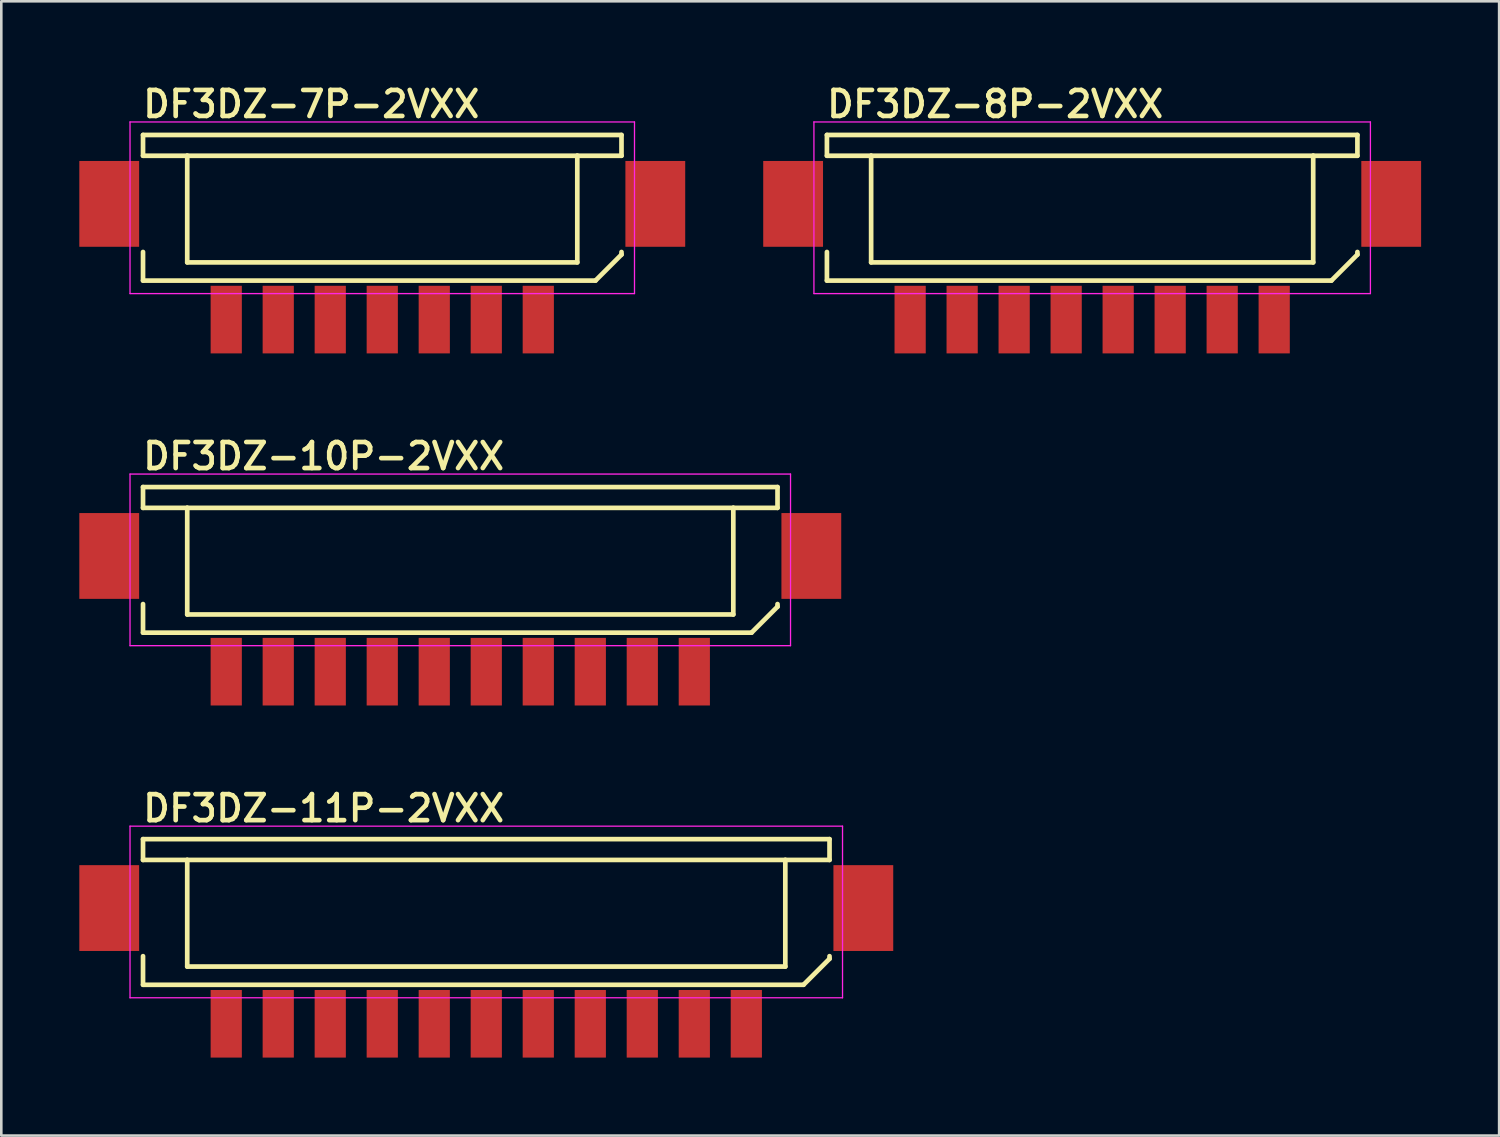
<source format=kicad_pcb>
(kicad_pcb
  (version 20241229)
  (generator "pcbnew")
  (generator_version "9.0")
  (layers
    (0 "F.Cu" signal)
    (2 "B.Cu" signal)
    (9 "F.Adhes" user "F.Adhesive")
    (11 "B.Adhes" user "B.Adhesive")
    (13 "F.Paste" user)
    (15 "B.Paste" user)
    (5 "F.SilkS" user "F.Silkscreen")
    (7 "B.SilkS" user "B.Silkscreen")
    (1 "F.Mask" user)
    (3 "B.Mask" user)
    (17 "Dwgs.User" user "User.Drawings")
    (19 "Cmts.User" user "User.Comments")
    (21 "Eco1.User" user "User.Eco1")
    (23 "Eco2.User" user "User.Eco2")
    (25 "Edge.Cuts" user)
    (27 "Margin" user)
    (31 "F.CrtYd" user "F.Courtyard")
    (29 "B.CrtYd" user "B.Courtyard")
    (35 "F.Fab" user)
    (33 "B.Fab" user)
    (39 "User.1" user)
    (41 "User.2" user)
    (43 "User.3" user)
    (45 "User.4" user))
  (footprint "DF3DZ-8P-2VXX"
    (layer "F.Cu")
    (at 38.95 9.24)
    (property "Reference" "DF3DZ-8P-2VXX" (at -10.3 -7.7 0) (layer "F.SilkS") (effects (font (size 1 1) (thickness 0.18)) (justify left bottom)))
    (attr through_hole)
    (fp_line (start -10.2 -7.1) (end -10.2 -6.3) (stroke (width 0.18) (type solid)) (layer "F.SilkS"))
    (fp_line (start -10.2 -7.1) (end 10.2 -7.1) (stroke (width 0.18) (type solid)) (layer "F.SilkS"))
    (fp_line (start -10.2 -1.5) (end -10.2 -2.6) (stroke (width 0.18) (type solid)) (layer "F.SilkS"))
    (fp_line (start -10.2 -1.5) (end 9.2 -1.5) (stroke (width 0.18) (type solid)) (layer "F.SilkS"))
    (fp_line (start -8.5 -6.3) (end -10.2 -6.3) (stroke (width 0.18) (type solid)) (layer "F.SilkS"))
    (fp_line (start -8.5 -6.3) (end -8.5 -2.2) (stroke (width 0.18) (type solid)) (layer "F.SilkS"))
    (fp_line (start -8.5 -6.3) (end 8.5 -6.3) (stroke (width 0.18) (type solid)) (layer "F.SilkS"))
    (fp_line (start -8.5 -2.2) (end 8.5 -2.2) (stroke (width 0.18) (type solid)) (layer "F.SilkS"))
    (fp_line (start 8.5 -6.3) (end 10.2 -6.3) (stroke (width 0.18) (type solid)) (layer "F.SilkS"))
    (fp_line (start 8.5 -2.2) (end 8.5 -6.3) (stroke (width 0.18) (type solid)) (layer "F.SilkS"))
    (fp_line (start 9.2 -1.5) (end 10.2 -2.5) (stroke (width 0.18) (type solid)) (layer "F.SilkS"))
    (fp_line (start 10.2 -7.1) (end 10.2 -6.3) (stroke (width 0.18) (type solid)) (layer "F.SilkS"))
    (fp_line (start 10.2 -2.5) (end 10.2 -2.6) (stroke (width 0.18) (type solid)) (layer "F.SilkS"))
    (fp_line (start -10.7 -7.6) (end 10.7 -7.6) (stroke (width 0.05) (type solid)) (layer "F.CrtYd"))
    (fp_line (start -10.7 -1) (end -10.7 -7.6) (stroke (width 0.05) (type solid)) (layer "F.CrtYd"))
    (fp_line (start 10.7 -7.6) (end 10.7 -1) (stroke (width 0.05) (type solid)) (layer "F.CrtYd"))
    (fp_line (start 10.7 -1) (end -10.7 -1) (stroke (width 0.05) (type solid)) (layer "F.CrtYd"))
    (pad "1" smd rect (at 7 0) (size 1.2 2.6) (layers "F.Cu" "F.Mask" "F.Paste"))
    (pad "2" smd rect (at 5 0) (size 1.2 2.6) (layers "F.Cu" "F.Mask" "F.Paste"))
    (pad "3" smd rect (at 3 0 180) (size 1.2 2.6) (layers "F.Cu" "F.Mask" "F.Paste"))
    (pad "4" smd rect (at 1 0 180) (size 1.2 2.6) (layers "F.Cu" "F.Mask" "F.Paste"))
    (pad "5" smd rect (at -1 0 180) (size 1.2 2.6) (layers "F.Cu" "F.Mask" "F.Paste"))
    (pad "6" smd rect (at -3 0 180) (size 1.2 2.6) (layers "F.Cu" "F.Mask" "F.Paste"))
    (pad "7" smd rect (at -5 0 180) (size 1.2 2.6) (layers "F.Cu" "F.Mask" "F.Paste"))
    (pad "8" smd rect (at -7 0 180) (size 1.2 2.6) (layers "F.Cu" "F.Mask" "F.Paste"))
    (pad "TAB" smd rect (at -11.5 -4.45) (size 2.3 3.3) (layers "F.Cu" "F.Mask" "F.Paste"))
    (pad "TAB" smd rect (at 11.5 -4.45) (size 2.3 3.3) (layers "F.Cu" "F.Mask" "F.Paste")))
  (footprint "DF3DZ-11P-2VXX"
    (layer "F.Cu")
    (at 15.65 36.32)
    (property "Reference" "DF3DZ-11P-2VXX" (at -13.3 -7.7 0) (layer "F.SilkS") (effects (font (size 1 1) (thickness 0.18)) (justify left bottom)))
    (attr through_hole)
    (fp_line (start -13.2 -7.1) (end -13.2 -6.3) (stroke (width 0.18) (type solid)) (layer "F.SilkS"))
    (fp_line (start -13.2 -7.1) (end 13.2 -7.1) (stroke (width 0.18) (type solid)) (layer "F.SilkS"))
    (fp_line (start -13.2 -1.5) (end -13.2 -2.6) (stroke (width 0.18) (type solid)) (layer "F.SilkS"))
    (fp_line (start -13.2 -1.5) (end 12.2 -1.5) (stroke (width 0.18) (type solid)) (layer "F.SilkS"))
    (fp_line (start -11.5 -6.3) (end -13.2 -6.3) (stroke (width 0.18) (type solid)) (layer "F.SilkS"))
    (fp_line (start -11.5 -6.3) (end -11.5 -2.2) (stroke (width 0.18) (type solid)) (layer "F.SilkS"))
    (fp_line (start -11.5 -6.3) (end 11.5 -6.3) (stroke (width 0.18) (type solid)) (layer "F.SilkS"))
    (fp_line (start -11.5 -2.2) (end 11.5 -2.2) (stroke (width 0.18) (type solid)) (layer "F.SilkS"))
    (fp_line (start 11.5 -6.3) (end 13.2 -6.3) (stroke (width 0.18) (type solid)) (layer "F.SilkS"))
    (fp_line (start 11.5 -2.2) (end 11.5 -6.3) (stroke (width 0.18) (type solid)) (layer "F.SilkS"))
    (fp_line (start 12.2 -1.5) (end 13.2 -2.5) (stroke (width 0.18) (type solid)) (layer "F.SilkS"))
    (fp_line (start 13.2 -7.1) (end 13.2 -6.3) (stroke (width 0.18) (type solid)) (layer "F.SilkS"))
    (fp_line (start 13.2 -2.5) (end 13.2 -2.6) (stroke (width 0.18) (type solid)) (layer "F.SilkS"))
    (fp_line (start -13.7 -7.6) (end 13.7 -7.6) (stroke (width 0.05) (type solid)) (layer "F.CrtYd"))
    (fp_line (start -13.7 -1) (end -13.7 -7.6) (stroke (width 0.05) (type solid)) (layer "F.CrtYd"))
    (fp_line (start 13.7 -7.6) (end 13.7 -1) (stroke (width 0.05) (type solid)) (layer "F.CrtYd"))
    (fp_line (start 13.7 -1) (end -13.7 -1) (stroke (width 0.05) (type solid)) (layer "F.CrtYd"))
    (pad "1" smd rect (at 10 0) (size 1.2 2.6) (layers "F.Cu" "F.Mask" "F.Paste"))
    (pad "2" smd rect (at 8 0) (size 1.2 2.6) (layers "F.Cu" "F.Mask" "F.Paste"))
    (pad "3" smd rect (at 6 0) (size 1.2 2.6) (layers "F.Cu" "F.Mask" "F.Paste"))
    (pad "4" smd rect (at 4 0) (size 1.2 2.6) (layers "F.Cu" "F.Mask" "F.Paste"))
    (pad "5" smd rect (at 2 0) (size 1.2 2.6) (layers "F.Cu" "F.Mask" "F.Paste"))
    (pad "6" smd rect (at 0 0) (size 1.2 2.6) (layers "F.Cu" "F.Mask" "F.Paste"))
    (pad "7" smd rect (at -2 0) (size 1.2 2.6) (layers "F.Cu" "F.Mask" "F.Paste"))
    (pad "8" smd rect (at -4 0) (size 1.2 2.6) (layers "F.Cu" "F.Mask" "F.Paste"))
    (pad "9" smd rect (at -6 0) (size 1.2 2.6) (layers "F.Cu" "F.Mask" "F.Paste"))
    (pad "10" smd rect (at -8 0) (size 1.2 2.6) (layers "F.Cu" "F.Mask" "F.Paste"))
    (pad "11" smd rect (at -10 0) (size 1.2 2.6) (layers "F.Cu" "F.Mask" "F.Paste"))
    (pad "TAB" smd rect (at -14.5 -4.45) (size 2.3 3.3) (layers "F.Cu" "F.Mask" "F.Paste"))
    (pad "TAB" smd rect (at 14.5 -4.45) (size 2.3 3.3) (layers "F.Cu" "F.Mask" "F.Paste")))
  (footprint "DF3DZ-7P-2VXX"
    (layer "F.Cu")
    (at 11.65 9.24)
    (property "Reference" "DF3DZ-7P-2VXX" (at -9.3 -7.7 0) (layer "F.SilkS") (effects (font (size 1 1) (thickness 0.18)) (justify left bottom)))
    (attr through_hole)
    (fp_line (start -9.2 -7.1) (end -9.2 -6.3) (stroke (width 0.18) (type solid)) (layer "F.SilkS"))
    (fp_line (start -9.2 -7.1) (end 9.2 -7.1) (stroke (width 0.18) (type solid)) (layer "F.SilkS"))
    (fp_line (start -9.2 -1.5) (end -9.2 -2.6) (stroke (width 0.18) (type solid)) (layer "F.SilkS"))
    (fp_line (start -9.2 -1.5) (end 8.2 -1.5) (stroke (width 0.18) (type solid)) (layer "F.SilkS"))
    (fp_line (start -7.5 -6.3) (end -9.2 -6.3) (stroke (width 0.18) (type solid)) (layer "F.SilkS"))
    (fp_line (start -7.5 -6.3) (end -7.5 -2.2) (stroke (width 0.18) (type solid)) (layer "F.SilkS"))
    (fp_line (start -7.5 -6.3) (end 7.5 -6.3) (stroke (width 0.18) (type solid)) (layer "F.SilkS"))
    (fp_line (start -7.5 -2.2) (end 7.5 -2.2) (stroke (width 0.18) (type solid)) (layer "F.SilkS"))
    (fp_line (start 7.5 -6.3) (end 9.2 -6.3) (stroke (width 0.18) (type solid)) (layer "F.SilkS"))
    (fp_line (start 7.5 -2.2) (end 7.5 -6.3) (stroke (width 0.18) (type solid)) (layer "F.SilkS"))
    (fp_line (start 8.2 -1.5) (end 9.2 -2.5) (stroke (width 0.18) (type solid)) (layer "F.SilkS"))
    (fp_line (start 9.2 -7.1) (end 9.2 -6.3) (stroke (width 0.18) (type solid)) (layer "F.SilkS"))
    (fp_line (start 9.2 -2.5) (end 9.2 -2.6) (stroke (width 0.18) (type solid)) (layer "F.SilkS"))
    (fp_line (start -9.7 -7.6) (end 9.7 -7.6) (stroke (width 0.05) (type solid)) (layer "F.CrtYd"))
    (fp_line (start -9.7 -1) (end -9.7 -7.6) (stroke (width 0.05) (type solid)) (layer "F.CrtYd"))
    (fp_line (start 9.7 -7.6) (end 9.7 -1) (stroke (width 0.05) (type solid)) (layer "F.CrtYd"))
    (fp_line (start 9.7 -1) (end -9.7 -1) (stroke (width 0.05) (type solid)) (layer "F.CrtYd"))
    (pad "1" smd rect (at 6 0) (size 1.2 2.6) (layers "F.Cu" "F.Mask" "F.Paste"))
    (pad "2" smd rect (at 4 0) (size 1.2 2.6) (layers "F.Cu" "F.Mask" "F.Paste"))
    (pad "3" smd rect (at 2 0) (size 1.2 2.6) (layers "F.Cu" "F.Mask" "F.Paste"))
    (pad "4" smd rect (at 0 0) (size 1.2 2.6) (layers "F.Cu" "F.Mask" "F.Paste"))
    (pad "5" smd rect (at -2 0) (size 1.2 2.6) (layers "F.Cu" "F.Mask" "F.Paste"))
    (pad "6" smd rect (at -4 0) (size 1.2 2.6) (layers "F.Cu" "F.Mask" "F.Paste"))
    (pad "7" smd rect (at -6 0) (size 1.2 2.6) (layers "F.Cu" "F.Mask" "F.Paste"))
    (pad "TAB" smd rect (at -10.5 -4.45) (size 2.3 3.3) (layers "F.Cu" "F.Mask" "F.Paste"))
    (pad "TAB" smd rect (at 10.5 -4.45) (size 2.3 3.3) (layers "F.Cu" "F.Mask" "F.Paste")))
  (footprint "DF3DZ-10P-2VXX"
    (layer "F.Cu")
    (at 14.65 22.78)
    (property "Reference" "DF3DZ-10P-2VXX" (at -12.3 -7.7 0) (layer "F.SilkS") (effects (font (size 1 1) (thickness 0.18)) (justify left bottom)))
    (attr through_hole)
    (fp_line (start -12.2 -7.1) (end -12.2 -6.3) (stroke (width 0.18) (type solid)) (layer "F.SilkS"))
    (fp_line (start -12.2 -7.1) (end 12.2 -7.1) (stroke (width 0.18) (type solid)) (layer "F.SilkS"))
    (fp_line (start -12.2 -1.5) (end -12.2 -2.6) (stroke (width 0.18) (type solid)) (layer "F.SilkS"))
    (fp_line (start -12.2 -1.5) (end 11.2 -1.5) (stroke (width 0.18) (type solid)) (layer "F.SilkS"))
    (fp_line (start -10.5 -6.3) (end -12.2 -6.3) (stroke (width 0.18) (type solid)) (layer "F.SilkS"))
    (fp_line (start -10.5 -6.3) (end -10.5 -2.2) (stroke (width 0.18) (type solid)) (layer "F.SilkS"))
    (fp_line (start -10.5 -6.3) (end 10.5 -6.3) (stroke (width 0.18) (type solid)) (layer "F.SilkS"))
    (fp_line (start -10.5 -2.2) (end 10.5 -2.2) (stroke (width 0.18) (type solid)) (layer "F.SilkS"))
    (fp_line (start 10.5 -6.3) (end 12.2 -6.3) (stroke (width 0.18) (type solid)) (layer "F.SilkS"))
    (fp_line (start 10.5 -2.2) (end 10.5 -6.3) (stroke (width 0.18) (type solid)) (layer "F.SilkS"))
    (fp_line (start 11.2 -1.5) (end 12.2 -2.5) (stroke (width 0.18) (type solid)) (layer "F.SilkS"))
    (fp_line (start 12.2 -7.1) (end 12.2 -6.3) (stroke (width 0.18) (type solid)) (layer "F.SilkS"))
    (fp_line (start 12.2 -2.5) (end 12.2 -2.6) (stroke (width 0.18) (type solid)) (layer "F.SilkS"))
    (fp_line (start -12.7 -7.6) (end 12.7 -7.6) (stroke (width 0.05) (type solid)) (layer "F.CrtYd"))
    (fp_line (start -12.7 -1) (end -12.7 -7.6) (stroke (width 0.05) (type solid)) (layer "F.CrtYd"))
    (fp_line (start 12.7 -7.6) (end 12.7 -1) (stroke (width 0.05) (type solid)) (layer "F.CrtYd"))
    (fp_line (start 12.7 -1) (end -12.7 -1) (stroke (width 0.05) (type solid)) (layer "F.CrtYd"))
    (pad "1" smd rect (at 9 0) (size 1.2 2.6) (layers "F.Cu" "F.Mask" "F.Paste"))
    (pad "2" smd rect (at 7 0) (size 1.2 2.6) (layers "F.Cu" "F.Mask" "F.Paste"))
    (pad "3" smd rect (at 5 0 180) (size 1.2 2.6) (layers "F.Cu" "F.Mask" "F.Paste"))
    (pad "4" smd rect (at 3 0 180) (size 1.2 2.6) (layers "F.Cu" "F.Mask" "F.Paste"))
    (pad "5" smd rect (at 1 0 180) (size 1.2 2.6) (layers "F.Cu" "F.Mask" "F.Paste"))
    (pad "6" smd rect (at -1 0 180) (size 1.2 2.6) (layers "F.Cu" "F.Mask" "F.Paste"))
    (pad "7" smd rect (at -3 0 180) (size 1.2 2.6) (layers "F.Cu" "F.Mask" "F.Paste"))
    (pad "8" smd rect (at -5 0 180) (size 1.2 2.6) (layers "F.Cu" "F.Mask" "F.Paste"))
    (pad "9" smd rect (at -7 0 180) (size 1.2 2.6) (layers "F.Cu" "F.Mask" "F.Paste"))
    (pad "10" smd rect (at -9 0 180) (size 1.2 2.6) (layers "F.Cu" "F.Mask" "F.Paste"))
    (pad "TAB" smd rect (at -13.5 -4.45) (size 2.3 3.3) (layers "F.Cu" "F.Mask" "F.Paste"))
    (pad "TAB" smd rect (at 13.5 -4.45) (size 2.3 3.3) (layers "F.Cu" "F.Mask" "F.Paste")))
  (gr_rect
    (start -3 -3)
    (end 54.6 40.62)
    (stroke (width 0.1) (type default))
    (fill no)
    (layer "Edge.Cuts")))
</source>
